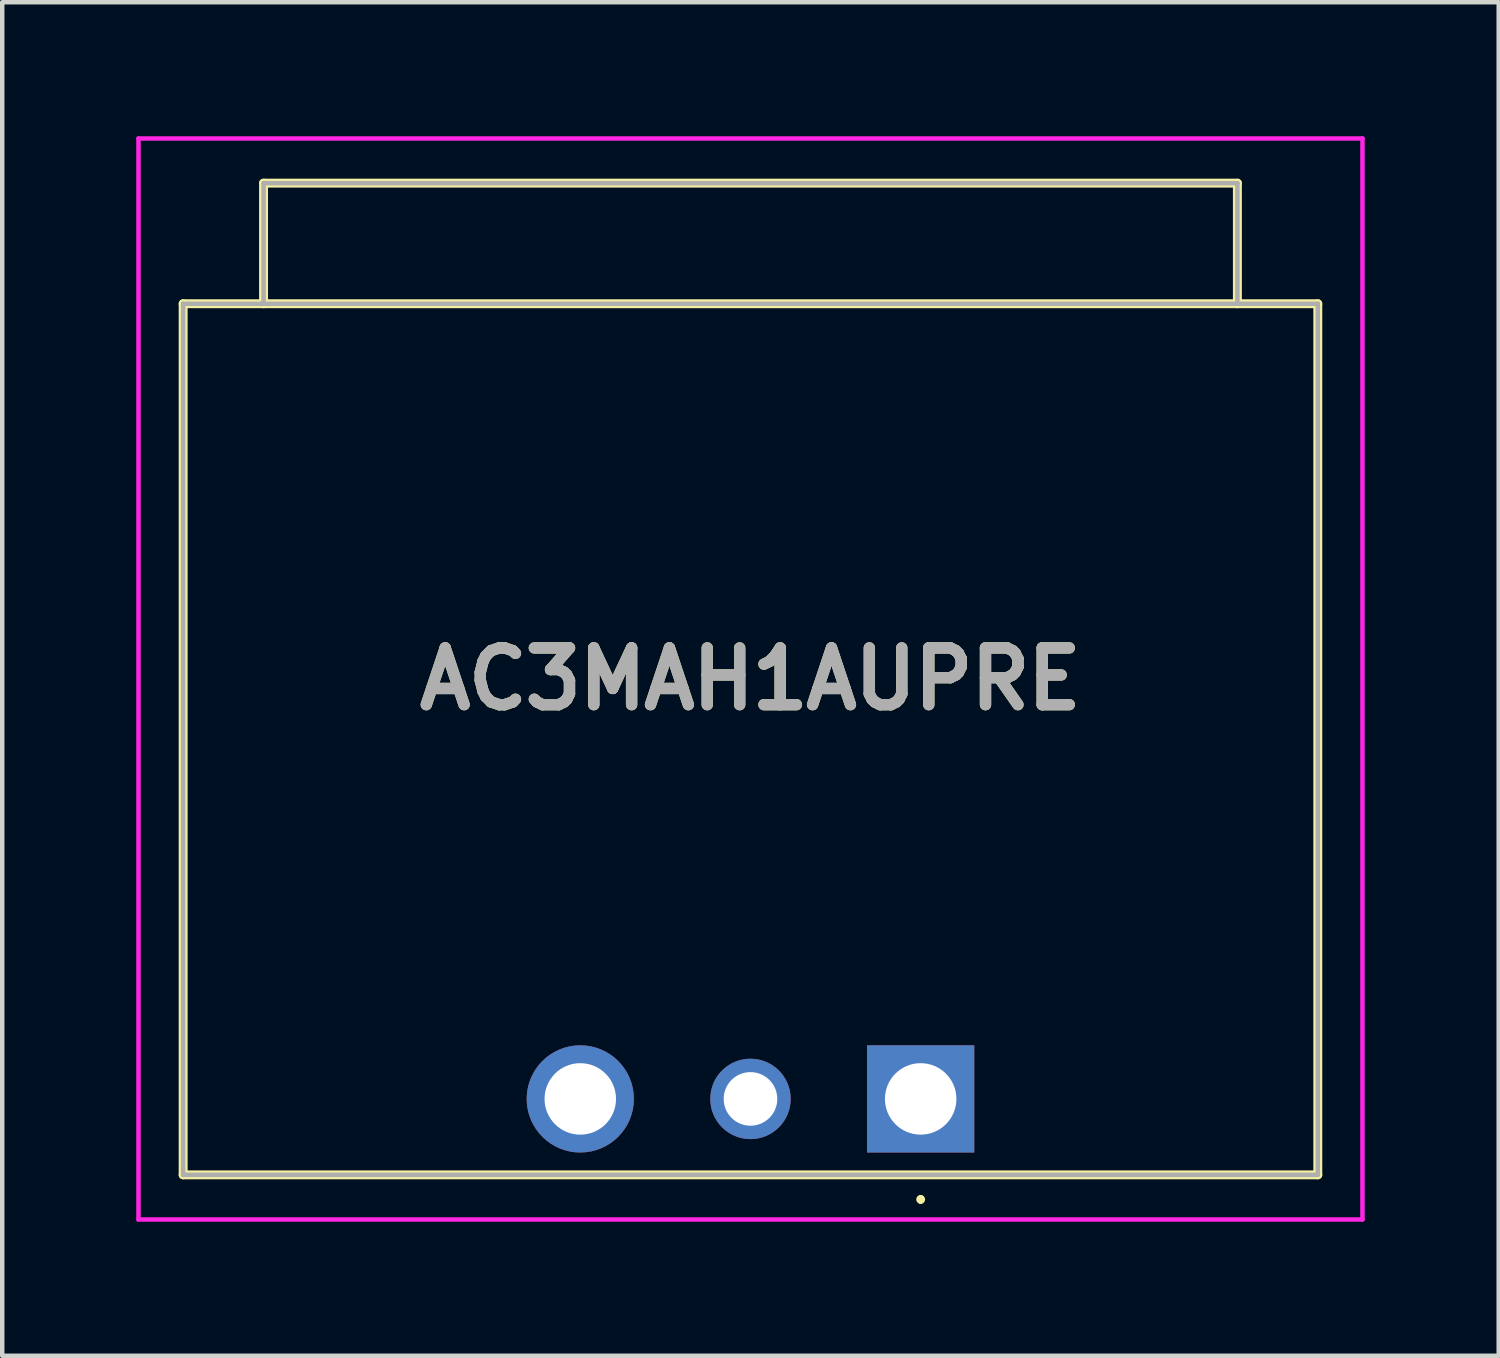
<source format=kicad_pcb>
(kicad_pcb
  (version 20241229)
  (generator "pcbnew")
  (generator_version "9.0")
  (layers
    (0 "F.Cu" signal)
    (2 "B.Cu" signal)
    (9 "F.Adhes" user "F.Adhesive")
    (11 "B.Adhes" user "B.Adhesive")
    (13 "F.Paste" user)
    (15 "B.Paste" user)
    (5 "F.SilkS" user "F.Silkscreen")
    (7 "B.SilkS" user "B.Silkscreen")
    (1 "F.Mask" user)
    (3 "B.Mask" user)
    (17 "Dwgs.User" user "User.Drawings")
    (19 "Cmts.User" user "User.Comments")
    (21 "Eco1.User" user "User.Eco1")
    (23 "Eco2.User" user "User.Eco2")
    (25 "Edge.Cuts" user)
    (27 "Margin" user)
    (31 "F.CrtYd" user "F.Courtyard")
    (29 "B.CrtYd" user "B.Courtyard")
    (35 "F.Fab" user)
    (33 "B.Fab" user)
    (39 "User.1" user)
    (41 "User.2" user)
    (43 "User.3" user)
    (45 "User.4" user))
  (footprint "AC3MAH1AUPRE"
    (layer "F.Cu")
    (at 17.56 21.55)
    (property "Reference" "AC3MAH1AUPRE" (at -3.81 -9.4 0) (layer "F.SilkS") (effects (font (size 1.27 1.27) (thickness 0.254))))
    (attr through_hole)
    (fp_line (start -16.51 -17.8) (end 8.89 -17.8) (stroke (width 0.2) (type solid)) (layer "F.SilkS"))
    (fp_line (start -16.51 1.7) (end -16.51 -17.8) (stroke (width 0.2) (type solid)) (layer "F.SilkS"))
    (fp_line (start -14.71 -20.5) (end 7.09 -20.5) (stroke (width 0.2) (type solid)) (layer "F.SilkS"))
    (fp_line (start -14.71 -17.8) (end -14.71 -20.5) (stroke (width 0.2) (type solid)) (layer "F.SilkS"))
    (fp_line (start 0 2.2) (end 0 2.2) (stroke (width 0.1) (type solid)) (layer "F.SilkS"))
    (fp_line (start 0 2.3) (end 0 2.3) (stroke (width 0.1) (type solid)) (layer "F.SilkS"))
    (fp_line (start 7.09 -20.5) (end 7.09 -17.8) (stroke (width 0.2) (type solid)) (layer "F.SilkS"))
    (fp_line (start 8.89 -17.8) (end 8.89 1.7) (stroke (width 0.2) (type solid)) (layer "F.SilkS"))
    (fp_line (start 8.89 1.7) (end -16.51 1.7) (stroke (width 0.2) (type solid)) (layer "F.SilkS"))
    (fp_arc (start 0 2.2) (mid 0.05 2.25) (end 0 2.3) (stroke (width 0.1) (type solid)) (layer "F.SilkS"))
    (fp_arc (start 0 2.3) (mid -0.05 2.25) (end 0 2.2) (stroke (width 0.1) (type solid)) (layer "F.SilkS"))
    (fp_line (start -17.51 -21.5) (end 9.89 -21.5) (stroke (width 0.1) (type solid)) (layer "F.CrtYd"))
    (fp_line (start -17.51 2.7) (end -17.51 -21.5) (stroke (width 0.1) (type solid)) (layer "F.CrtYd"))
    (fp_line (start 9.89 -21.5) (end 9.89 2.7) (stroke (width 0.1) (type solid)) (layer "F.CrtYd"))
    (fp_line (start 9.89 2.7) (end -17.51 2.7) (stroke (width 0.1) (type solid)) (layer "F.CrtYd"))
    (fp_line (start -16.51 -17.8) (end -16.51 1.7) (stroke (width 0.1) (type solid)) (layer "F.Fab"))
    (fp_line (start -16.51 1.7) (end 8.89 1.7) (stroke (width 0.1) (type solid)) (layer "F.Fab"))
    (fp_line (start -14.71 -20.5) (end 7.09 -20.5) (stroke (width 0.1) (type solid)) (layer "F.Fab"))
    (fp_line (start -14.71 -17.8) (end -14.71 -20.5) (stroke (width 0.1) (type solid)) (layer "F.Fab"))
    (fp_line (start 7.09 -20.5) (end 7.09 -17.8) (stroke (width 0.1) (type solid)) (layer "F.Fab"))
    (fp_line (start 8.89 -17.8) (end -16.51 -17.8) (stroke (width 0.1) (type solid)) (layer "F.Fab"))
    (fp_line (start 8.89 1.7) (end 8.89 -17.8) (stroke (width 0.1) (type solid)) (layer "F.Fab"))
    (fp_text user "${REFERENCE}" (at -3.81 -9.4 0) (layer "F.Fab") (effects (font (size 1.27 1.27) (thickness 0.254))))
    (pad "" np_thru_hole circle (at -7.62 -13.97) (size 0.001 0.001) (drill 1.6) (layers "*.Cu" "*.Mask"))
    (pad "" np_thru_hole circle (at 0 -8.89) (size 0.001 0.001) (drill 1.6) (layers "*.Cu" "*.Mask"))
    (pad "1" thru_hole rect (at 0 0) (size 2.4 2.4) (drill 1.6) (layers "*.Cu" "*.Mask"))
    (pad "2" thru_hole circle (at -7.62 0) (size 2.4 2.4) (drill 1.6) (layers "*.Cu" "*.Mask"))
    (pad "3" thru_hole circle (at -3.81 0) (size 1.8 1.8) (drill 1.2) (layers "*.Cu" "*.Mask")))
  (gr_rect
    (start -3 -3)
    (end 30.5 27.3)
    (stroke (width 0.1) (type default))
    (fill no)
    (layer "Edge.Cuts")))
</source>
